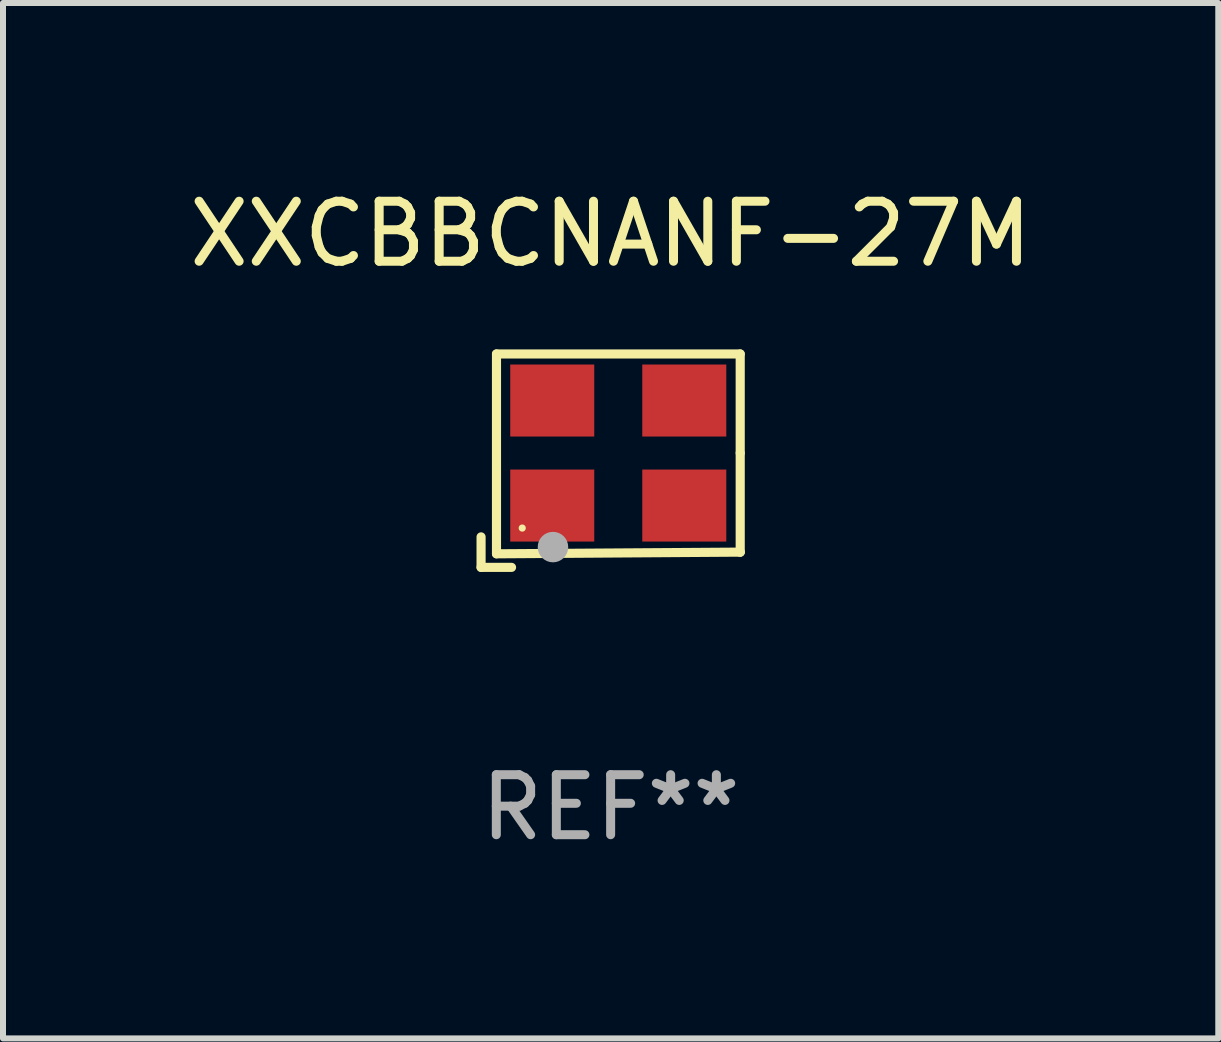
<source format=kicad_pcb>
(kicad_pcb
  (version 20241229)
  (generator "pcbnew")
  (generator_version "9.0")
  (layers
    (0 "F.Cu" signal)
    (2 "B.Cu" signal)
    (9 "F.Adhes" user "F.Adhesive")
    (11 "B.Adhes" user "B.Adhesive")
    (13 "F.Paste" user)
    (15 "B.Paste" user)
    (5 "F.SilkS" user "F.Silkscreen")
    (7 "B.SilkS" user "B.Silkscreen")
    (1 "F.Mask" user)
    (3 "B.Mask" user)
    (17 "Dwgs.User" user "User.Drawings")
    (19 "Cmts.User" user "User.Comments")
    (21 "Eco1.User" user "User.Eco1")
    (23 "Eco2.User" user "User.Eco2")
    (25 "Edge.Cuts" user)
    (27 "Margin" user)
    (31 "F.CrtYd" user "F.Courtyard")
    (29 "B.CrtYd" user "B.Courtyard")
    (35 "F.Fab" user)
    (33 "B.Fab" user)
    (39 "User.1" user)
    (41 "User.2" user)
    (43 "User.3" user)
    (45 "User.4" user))
  (footprint "XXCBBCNANF-27M"
    (layer "F.Cu")
    (at 7.125 4.626)
    (property "Reference" "XXCBBCNANF-27M" (at 0 -3.778 0) (layer "F.SilkS") (effects (font (size 1 1) (thickness 0.15))))
    (attr through_hole)
    (fp_line (start -2.159 1.27) (end -2.159 1.778) (stroke (width 0.152) (type solid)) (layer "F.SilkS"))
    (fp_line (start -2.159 1.778) (end -1.651 1.778) (stroke (width 0.152) (type solid)) (layer "F.SilkS"))
    (fp_line (start -1.902 -1.778) (end 2.159 -1.778) (stroke (width 0.152) (type solid)) (layer "F.SilkS"))
    (fp_line (start -1.902 1.552) (end -1.902 -1.778) (stroke (width 0.152) (type solid)) (layer "F.SilkS"))
    (fp_line (start 2.159 -1.778) (end 2.159 -0.127) (stroke (width 0.152) (type solid)) (layer "F.SilkS"))
    (fp_line (start 2.159 -0.127) (end 2.159 1.524) (stroke (width 0.152) (type solid)) (layer "F.SilkS"))
    (fp_line (start 2.159 1.524) (end -1.902 1.552) (stroke (width 0.152) (type solid)) (layer "F.SilkS"))
    (fp_line (start 2.159 1.524) (end 2.159 1.524) (stroke (width 0.152) (type solid)) (layer "F.SilkS"))
    (fp_circle (center -1.473 1.123) (end -1.443 1.123) (stroke (width 0.06) (type solid)) (fill no) (layer "F.SilkS"))
    (fp_circle (center -0.961 1.44) (end -0.834 1.44) (stroke (width 0.254) (type solid)) (fill no) (layer "F.Fab"))
    (fp_text user "REF**" (at 0 5.778 0) (layer "F.Fab") (effects (font (size 1 1) (thickness 0.15))))
    (pad "1" smd rect (at -0.973 0.748) (size 1.4 1.2) (layers "F.Cu" "F.Mask" "F.Paste"))
    (pad "2" smd rect (at 1.227 0.748) (size 1.4 1.2) (layers "F.Cu" "F.Mask" "F.Paste"))
    (pad "3" smd rect (at 1.227 -1.002) (size 1.4 1.2) (layers "F.Cu" "F.Mask" "F.Paste"))
    (pad "4" smd rect (at -0.973 -1.002) (size 1.4 1.2) (layers "F.Cu" "F.Mask" "F.Paste")))
  (gr_rect
    (start -3 -3)
    (end 17.25 14.253)
    (stroke (width 0.1) (type default))
    (fill no)
    (layer "Edge.Cuts")))
</source>
